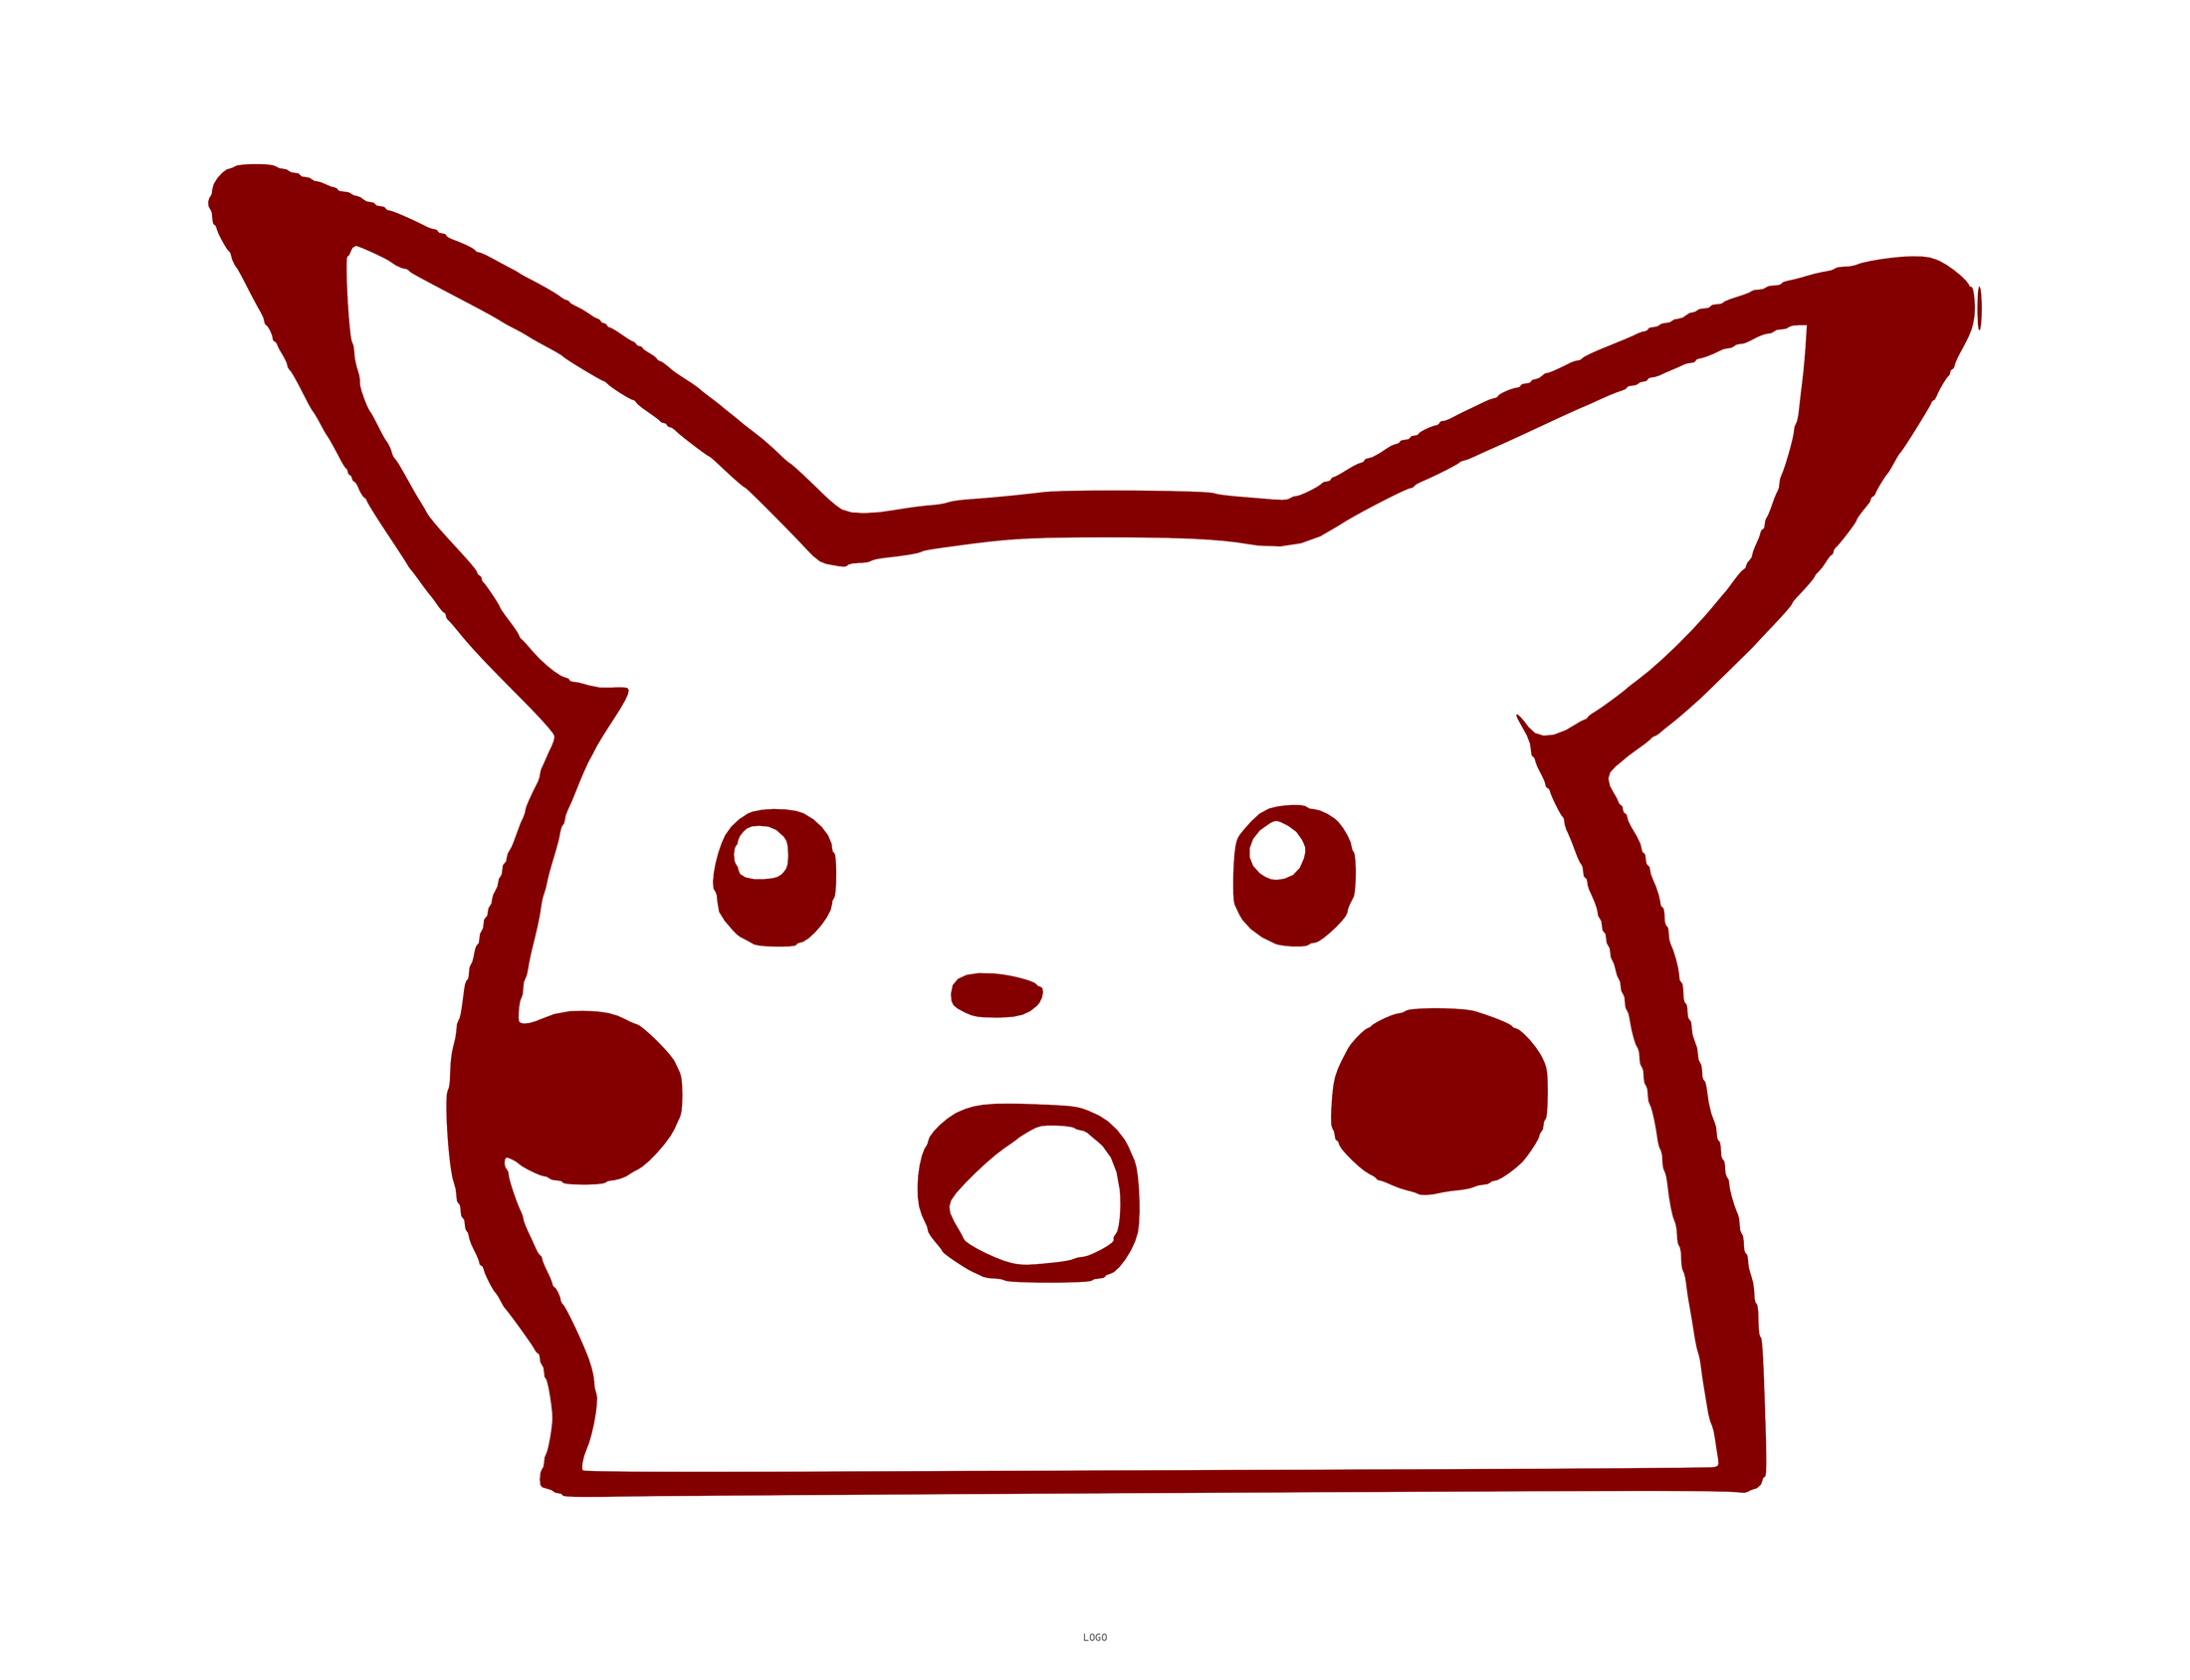
<source format=kicad_sym>
(kicad_symbol_lib
  (version 20220914)
  (generator "bitmap2component")
  (generator_version "8.0")
  (symbol "LOGO"
    (pin_names
      (offset 1.016))
    (property "Reference" "#G"
      (at 0 93.399 0)
      (effects (font (size 1.27 1.27)) hide))
    (symbol "LOGO_0_0"
      (polyline (pts (xy -61.566 -86.377) (xy -58.974 -86.337) (xy -58.655 -86.332) (xy -57.501 -86.317) (xy -55.849 -86.3) (xy -53.729 -86.281) (xy -51.17 -86.26) (xy -48.202 -86.237) (xy -44.854 -86.213) (xy -41.158 -86.188) (xy -37.142 -86.161) (xy -32.837 -86.133) (xy -28.272 -86.105) (xy -23.477 -86.076) (xy -18.482 -86.046) (xy -13.317 -86.017) (xy -8.011 -85.987) (xy -2.595 -85.957) (xy 2.901 -85.927) (xy 8.448 -85.897) (xy 14.017 -85.868) (xy 19.576 -85.839) (xy 25.097 -85.812) (xy 30.549 -85.785) (xy 35.902 -85.759) (xy 41.128 -85.735) (xy 46.195 -85.712) (xy 51.074 -85.691) (xy 55.736 -85.672) (xy 60.149 -85.655) (xy 64.286 -85.639) (xy 68.115 -85.626) (xy 71.606 -85.616) (xy 73.798 -85.613) (xy 76.29 -85.617) (xy 78.602 -85.63) (xy 80.672 -85.649) (xy 82.441 -85.675) (xy 83.849 -85.707) (xy 84.836 -85.744) (xy 85.343 -85.785) (xy 86.29 -85.86) (xy 86.816 -85.688) (xy 86.972 -85.564) (xy 87.487 -85.387) (xy 87.918 -85.25) (xy 88.415 -84.778) (xy 88.63 -84.191) (xy 88.665 -83.986) (xy 88.916 -83.766) (xy 88.986 -83.683) (xy 89.066 -83.175) (xy 89.103 -82.188) (xy 89.097 -80.703) (xy 89.049 -78.7) (xy 89.004 -77.2) (xy 88.913 -74.357) (xy 88.832 -71.997) (xy 88.758 -70.079) (xy 88.689 -68.565) (xy 88.623 -67.414) (xy 88.558 -66.588) (xy 88.491 -66.047) (xy 88.421 -65.751) (xy 88.346 -65.662) (xy 88.309 -65.64) (xy 88.197 -65.26) (xy 88.119 -64.504) (xy 88.089 -63.5) (xy 88.088 -63.307) (xy 88.047 -62.281) (xy 87.953 -61.591) (xy 87.819 -61.338) (xy 87.726 -61.256) (xy 87.599 -60.78) (xy 87.549 -60.02) (xy 87.537 -59.678) (xy 87.395 -58.621) (xy 87.144 -57.732) (xy 87.12 -57.675) (xy 86.85 -56.73) (xy 86.738 -55.808) (xy 86.736 -55.676) (xy 86.646 -55.091) (xy 86.468 -54.853) (xy 86.389 -54.801) (xy 86.252 -54.373) (xy 86.198 -53.653) (xy 86.188 -53.321) (xy 86.092 -52.636) (xy 85.928 -52.286) (xy 85.903 -52.267) (xy 85.729 -51.86) (xy 85.657 -51.186) (xy 85.657 -51.157) (xy 85.587 -50.375) (xy 85.425 -49.783) (xy 85.281 -49.463) (xy 84.944 -48.539) (xy 84.629 -47.489) (xy 84.397 -46.522) (xy 84.306 -45.848) (xy 84.242 -45.361) (xy 84.036 -44.99) (xy 83.985 -44.939) (xy 83.829 -44.478) (xy 83.766 -43.758) (xy 83.76 -43.53) (xy 83.666 -42.933) (xy 83.496 -42.694) (xy 83.415 -42.638) (xy 83.279 -42.203) (xy 83.225 -41.478) (xy 83.213 -41.114) (xy 83.116 -40.503) (xy 82.955 -40.262) (xy 82.916 -40.252) (xy 82.752 -39.93) (xy 82.685 -39.298) (xy 82.685 -39.265) (xy 82.588 -38.427) (xy 82.368 -37.745) (xy 82.318 -37.648) (xy 81.956 -36.646) (xy 81.643 -35.281) (xy 81.417 -33.709) (xy 81.358 -33.284) (xy 81.206 -32.668) (xy 81.038 -32.425) (xy 80.986 -32.401) (xy 80.849 -32.032) (xy 80.794 -31.361) (xy 80.789 -31.155) (xy 80.696 -30.483) (xy 80.523 -30.129) (xy 80.507 -30.117) (xy 80.327 -29.725) (xy 80.253 -29.063) (xy 80.144 -28.242) (xy 79.85 -27.39) (xy 79.832 -27.355) (xy 79.558 -26.519) (xy 79.444 -25.603) (xy 79.439 -25.42) (xy 79.346 -24.828) (xy 79.172 -24.589) (xy 79.112 -24.562) (xy 78.962 -24.185) (xy 78.902 -23.509) (xy 78.895 -23.266) (xy 78.801 -22.667) (xy 78.632 -22.428) (xy 78.534 -22.337) (xy 78.41 -21.847) (xy 78.362 -21.077) (xy 78.343 -20.59) (xy 78.246 -19.968) (xy 78.091 -19.726) (xy 78.084 -19.725) (xy 77.898 -19.474) (xy 77.821 -18.898) (xy 77.81 -18.676) (xy 77.662 -17.765) (xy 77.39 -16.662) (xy 77.056 -15.596) (xy 76.721 -14.798) (xy 76.71 -14.775) (xy 76.54 -14.166) (xy 76.47 -13.379) (xy 76.468 -13.252) (xy 76.378 -12.667) (xy 76.2 -12.43) (xy 76.119 -12.374) (xy 75.983 -11.939) (xy 75.93 -11.214) (xy 75.917 -10.85) (xy 75.821 -10.239) (xy 75.659 -9.998) (xy 75.522 -9.934) (xy 75.389 -9.544) (xy 75.359 -9.226) (xy 75.156 -8.357) (xy 74.819 -7.339) (xy 74.416 -6.396) (xy 74.156 -5.725) (xy 74.038 -5.112) (xy 73.991 -4.819) (xy 73.768 -4.594) (xy 73.765 -4.593) (xy 73.576 -4.352) (xy 73.498 -3.783) (xy 73.498 -3.773) (xy 73.417 -3.207) (xy 73.228 -2.972) (xy 73.079 -2.889) (xy 72.957 -2.473) (xy 72.957 -2.461) (xy 72.812 -1.826) (xy 72.372 -0.889) (xy 71.611 0.405) (xy 71.579 0.457) (xy 71.237 1.143) (xy 71.086 1.689) (xy 71.034 1.938) (xy 70.796 2.162) (xy 70.639 2.263) (xy 70.525 2.702) (xy 70.475 3.016) (xy 70.255 3.243) (xy 70.187 3.251) (xy 69.985 3.518) (xy 69.954 3.649) (xy 69.713 4.17) (xy 69.309 4.864) (xy 68.864 5.69) (xy 68.643 6.656) (xy 68.895 7.485) (xy 69.627 8.261) (xy 69.918 8.494) (xy 70.533 8.999) (xy 70.911 9.327) (xy 71.24 9.594) (xy 71.884 10.075) (xy 72.687 10.652) (xy 73.438 11.205) (xy 74.011 11.669) (xy 74.263 11.931) (xy 74.283 11.971) (xy 74.621 12.16) (xy 74.8 12.205) (xy 75.236 12.497) (xy 75.388 12.636) (xy 75.938 13.095) (xy 76.632 13.646) (xy 77.079 14) (xy 78.006 14.769) (xy 78.894 15.537) (xy 79.443 16.025) (xy 80.056 16.57) (xy 80.417 16.888) (xy 80.446 16.914) (xy 80.801 17.25) (xy 81.432 17.858) (xy 82.264 18.667) (xy 83.224 19.604) (xy 84.239 20.596) (xy 85.234 21.573) (xy 86.137 22.461) (xy 86.873 23.188) (xy 87.368 23.683) (xy 87.55 23.874) (xy 87.557 23.884) (xy 87.797 24.15) (xy 88.327 24.719) (xy 89.079 25.517) (xy 89.982 26.47) (xy 90.15 26.647) (xy 91.035 27.599) (xy 91.754 28.404) (xy 92.236 28.982) (xy 92.413 29.252) (xy 92.413 29.26) (xy 92.598 29.604) (xy 93.021 30.099) (xy 93.26 30.346) (xy 94.062 31.205) (xy 94.74 31.977) (xy 95.21 32.561) (xy 95.385 32.859) (xy 95.498 33.073) (xy 95.877 33.475) (xy 95.915 33.51) (xy 96.4 34.074) (xy 96.881 34.79) (xy 96.969 34.935) (xy 97.345 35.457) (xy 97.605 35.668) (xy 97.696 35.706) (xy 97.817 36.051) (xy 97.835 36.213) (xy 98.026 36.524) (xy 98.138 36.611) (xy 98.531 37.039) (xy 99.077 37.702) (xy 99.676 38.47) (xy 100.228 39.212) (xy 100.632 39.801) (xy 100.789 40.104) (xy 100.834 40.25) (xy 101.084 40.648) (xy 101.596 41.325) (xy 102.415 42.344) (xy 102.525 42.506) (xy 102.681 42.952) (xy 102.691 43.027) (xy 102.951 43.234) (xy 103.019 43.243) (xy 103.221 43.51) (xy 103.354 43.847) (xy 103.686 44.461) (xy 104.115 45.174) (xy 104.534 45.814) (xy 104.84 46.206) (xy 105.01 46.439) (xy 105.315 46.95) (xy 105.574 47.415) (xy 105.991 48.165) (xy 106.247 48.59) (xy 106.488 48.908) (xy 106.627 49.077) (xy 107.011 49.633) (xy 107.553 50.464) (xy 108.19 51.467) (xy 108.855 52.536) (xy 109.485 53.568) (xy 110.015 54.459) (xy 110.381 55.105) (xy 110.517 55.401) (xy 110.523 55.458) (xy 110.756 55.664) (xy 110.906 55.737) (xy 111.144 56.137) (xy 111.312 56.548) (xy 111.672 57.25) (xy 112.099 57.985) (xy 112.491 58.579) (xy 112.746 58.861) (xy 112.828 58.93) (xy 112.949 59.334) (xy 112.976 59.5) (xy 113.219 59.717) (xy 113.34 59.759) (xy 113.489 60.113) (xy 113.544 60.361) (xy 113.805 61.007) (xy 114.208 61.802) (xy 114.758 62.81) (xy 115.31 63.907) (xy 115.672 64.795) (xy 115.9 65.616) (xy 116.05 66.514) (xy 116.096 66.998) (xy 116.11 67.941) (xy 116.054 68.885) (xy 115.943 69.695) (xy 115.792 70.235) (xy 115.617 70.369) (xy 115.542 70.337) (xy 115.381 70.5) (xy 115.332 70.662) (xy 114.946 71.171) (xy 114.272 71.821) (xy 113.426 72.514) (xy 112.524 73.15) (xy 111.682 73.633) (xy 111.165 73.865) (xy 110.314 74.138) (xy 109.354 74.273) (xy 108.07 74.308) (xy 107.986 74.308) (xy 106.751 74.252) (xy 105.334 74.115) (xy 103.878 73.919) (xy 102.528 73.686) (xy 101.429 73.437) (xy 100.725 73.195) (xy 100.646 73.16) (xy 100.004 73.016) (xy 99.188 72.957) (xy 98.976 72.953) (xy 98.312 72.87) (xy 97.97 72.716) (xy 97.933 72.676) (xy 97.502 72.488) (xy 96.805 72.346) (xy 96.352 72.271) (xy 95.342 72.044) (xy 94.304 71.756) (xy 93.703 71.578) (xy 92.705 71.315) (xy 91.94 71.15) (xy 91.871 71.138) (xy 91.297 70.968) (xy 91.062 70.766) (xy 91.055 70.738) (xy 90.751 70.587) (xy 90.132 70.525) (xy 90.049 70.525) (xy 89.394 70.438) (xy 89.035 70.255) (xy 88.707 70.07) (xy 88.089 69.985) (xy 87.518 69.928) (xy 87.183 69.779) (xy 87.182 69.778) (xy 86.87 69.6) (xy 86.186 69.334) (xy 85.276 69.036) (xy 85.24 69.025) (xy 84.36 68.731) (xy 83.734 68.469) (xy 83.496 68.296) (xy 83.496 68.294) (xy 83.254 68.152) (xy 82.685 68.094) (xy 82.675 68.094) (xy 82.109 68.013) (xy 81.874 67.823) (xy 81.642 67.633) (xy 81.08 67.553) (xy 80.483 67.478) (xy 80.118 67.283) (xy 79.963 67.145) (xy 79.46 67.013) (xy 79.156 66.954) (xy 78.632 66.608) (xy 78.311 66.368) (xy 77.669 66.202) (xy 77.25 66.145) (xy 76.876 65.932) (xy 76.631 65.764) (xy 76.065 65.662) (xy 75.628 65.603) (xy 75.254 65.391) (xy 75 65.221) (xy 74.428 65.121) (xy 73.999 65.056) (xy 73.768 64.851) (xy 73.721 64.726) (xy 73.359 64.581) (xy 73.084 64.545) (xy 72.481 64.324) (xy 72.362 64.262) (xy 71.723 63.962) (xy 70.931 63.621) (xy 70.732 63.538) (xy 69.867 63.182) (xy 69.174 62.896) (xy 68.635 62.675) (xy 67.823 62.345) (xy 67.228 62.099) (xy 66.198 61.633) (xy 65.478 61.25) (xy 65.166 61.001) (xy 65.096 60.918) (xy 64.69 60.798) (xy 64.431 60.766) (xy 63.834 60.562) (xy 62.796 60.046) (xy 61.736 59.546) (xy 61.047 59.265) (xy 60.67 59.177) (xy 60.434 59.114) (xy 59.987 58.771) (xy 59.74 58.562) (xy 59.144 58.366) (xy 58.861 58.32) (xy 58.636 58.096) (xy 58.468 57.918) (xy 57.961 57.825) (xy 57.516 57.758) (xy 57.285 57.555) (xy 57.223 57.418) (xy 56.835 57.285) (xy 56.48 57.231) (xy 55.808 57.013) (xy 55.1 56.706) (xy 54.54 56.391) (xy 54.313 56.152) (xy 54.276 56.059) (xy 53.933 55.934) (xy 53.821 55.921) (xy 53.248 55.741) (xy 52.514 55.419) (xy 52.388 55.356) (xy 51.426 54.89) (xy 50.53 54.466) (xy 50.408 54.409) (xy 49.687 54.064) (xy 49.179 53.807) (xy 48.965 53.691) (xy 48.103 53.249) (xy 47.544 53.024) (xy 47.156 52.962) (xy 46.966 52.931) (xy 46.747 52.691) (xy 46.729 52.603) (xy 46.432 52.421) (xy 46.124 52.366) (xy 45.496 52.143) (xy 44.815 51.829) (xy 44.269 51.515) (xy 44.045 51.288) (xy 43.944 51.162) (xy 43.504 51.07) (xy 43.19 51.02) (xy 42.964 50.8) (xy 42.796 50.622) (xy 42.288 50.53) (xy 41.844 50.463) (xy 41.613 50.26) (xy 41.557 50.128) (xy 41.182 49.989) (xy 41.109 49.983) (xy 40.564 49.78) (xy 39.902 49.381) (xy 39.063 48.818) (xy 38.076 48.284) (xy 37.394 48.098) (xy 37.236 48.072) (xy 37.019 47.828) (xy 36.975 47.705) (xy 36.619 47.557) (xy 36.254 47.445) (xy 35.567 47.103) (xy 34.74 46.612) (xy 33.999 46.16) (xy 33.339 45.803) (xy 32.979 45.666) (xy 32.903 45.656) (xy 32.696 45.396) (xy 32.605 45.243) (xy 32.178 45.126) (xy 31.879 45.092) (xy 31.57 44.923) (xy 31.471 44.807) (xy 30.977 44.466) (xy 30.233 44.054) (xy 29.407 43.655) (xy 28.669 43.353) (xy 28.187 43.234) (xy 27.882 43.193) (xy 27.375 42.94) (xy 27.184 42.84) (xy 26.47 42.752) (xy 25.362 42.796) (xy 24.877 42.837) (xy 23.646 42.942) (xy 22.211 43.061) (xy 20.792 43.176) (xy 19.894 43.258) (xy 18.811 43.38) (xy 18.01 43.502) (xy 17.621 43.604) (xy 17.601 43.614) (xy 17.151 43.69) (xy 16.241 43.758) (xy 14.943 43.817) (xy 13.328 43.867) (xy 11.469 43.908) (xy 9.436 43.939) (xy 7.302 43.959) (xy 5.138 43.969) (xy 3.016 43.966) (xy 1.007 43.952) (xy -0.816 43.925) (xy -2.383 43.885) (xy -3.621 43.831) (xy -4.458 43.764) (xy -5.411 43.65) (xy -8.459 43.319) (xy -11.52 43.032) (xy -14.321 42.813) (xy -14.416 42.806) (xy -15.475 42.702) (xy -16.36 42.566) (xy -16.888 42.425) (xy -17.334 42.296) (xy -18.181 42.155) (xy -19.185 42.054) (xy -19.594 42.02) (xy -20.823 41.882) (xy -22.25 41.685) (xy -23.644 41.461) (xy -25.691 41.162) (xy -27.771 41.028) (xy -29.406 41.141) (xy -30.578 41.5) (xy -30.709 41.574) (xy -31.395 42.065) (xy -32.258 42.788) (xy -33.141 43.613) (xy -33.731 44.195) (xy -34.799 45.226) (xy -35.775 46.145) (xy -36.586 46.885) (xy -37.16 47.378) (xy -37.424 47.557) (xy -37.554 47.64) (xy -37.985 48.008) (xy -38.587 48.571) (xy -39.556 49.487) (xy -40.906 50.669) (xy -42.288 51.751) (xy -42.649 52.023) (xy -43.281 52.513) (xy -43.659 52.827) (xy -43.795 52.946) (xy -44.309 53.372) (xy -44.98 53.907) (xy -45.305 54.164) (xy -45.929 54.667) (xy -46.312 54.988) (xy -46.463 55.116) (xy -46.998 55.536) (xy -47.693 56.059) (xy -48.048 56.327) (xy -48.692 56.829) (xy -49.087 57.164) (xy -49.386 57.401) (xy -50.032 57.853) (xy -50.843 58.384) (xy -51.532 58.83) (xy -52.213 59.292) (xy -52.594 59.576) (xy -53.047 59.972) (xy -53.85 60.591) (xy -54.316 60.798) (xy -54.377 60.804) (xy -54.583 61.026) (xy -54.603 61.083) (xy -54.929 61.388) (xy -55.529 61.763) (xy -55.723 61.872) (xy -56.259 62.233) (xy -56.474 62.481) (xy -56.52 62.576) (xy -56.88 62.689) (xy -57.066 62.72) (xy -57.285 62.96) (xy -57.293 63.024) (xy -57.555 63.23) (xy -57.808 63.327) (xy -58.395 63.67) (xy -59.141 64.175) (xy -59.748 64.59) (xy -60.393 64.973) (xy -60.763 65.121) (xy -60.858 65.135) (xy -61.068 65.391) (xy -61.114 65.516) (xy -61.473 65.662) (xy -61.66 65.692) (xy -61.879 65.932) (xy -61.89 66.007) (xy -62.167 66.202) (xy -62.234 66.213) (xy -62.696 66.43) (xy -63.315 66.839) (xy -63.371 66.88) (xy -64.217 67.42) (xy -65.054 67.851) (xy -65.162 67.899) (xy -65.709 68.199) (xy -65.932 68.43) (xy -65.95 68.497) (xy -66.248 68.634) (xy -66.504 68.703) (xy -66.992 69.02) (xy -67.153 69.149) (xy -67.829 69.593) (xy -68.827 70.181) (xy -70.034 70.85) (xy -71.336 71.531) (xy -71.513 71.622) (xy -72.109 71.948) (xy -72.417 72.147) (xy -72.427 72.157) (xy -72.771 72.373) (xy -73.363 72.688) (xy -73.898 72.965) (xy -74.793 73.444) (xy -75.753 73.971) (xy -76.57 74.398) (xy -77.293 74.724) (xy -77.712 74.849) (xy -77.874 74.869) (xy -78.091 75.055) (xy -78.103 75.09) (xy -78.433 75.344) (xy -79.127 75.707) (xy -80.066 76.121) (xy -81.131 76.53) (xy -81.649 76.782) (xy -81.874 77.037) (xy -81.976 77.179) (xy -82.415 77.281) (xy -82.729 77.332) (xy -82.955 77.551) (xy -83.002 77.677) (xy -83.364 77.821) (xy -83.635 77.855) (xy -84.243 78.068) (xy -84.758 78.333) (xy -85.886 78.881) (xy -87.023 79.401) (xy -88.046 79.839) (xy -88.832 80.141) (xy -89.258 80.253) (xy -89.489 80.291) (xy -89.711 80.523) (xy -89.878 80.701) (xy -90.386 80.794) (xy -90.831 80.861) (xy -91.062 81.064) (xy -91.212 81.237) (xy -91.704 81.334) (xy -92.159 81.416) (xy -92.683 81.739) (xy -92.928 81.949) (xy -93.511 82.145) (xy -93.786 82.183) (xy -94.169 82.415) (xy -94.507 82.602) (xy -95.131 82.685) (xy -95.691 82.764) (xy -95.926 82.955) (xy -95.961 83.069) (xy -96.3 83.225) (xy -96.792 83.344) (xy -97.448 83.629) (xy -98.122 83.912) (xy -98.679 84.034) (xy -98.917 84.068) (xy -99.303 84.306) (xy -99.558 84.477) (xy -100.13 84.577) (xy -100.559 84.642) (xy -100.789 84.847) (xy -100.949 85.022) (xy -101.449 85.117) (xy -101.903 85.178) (xy -102.276 85.387) (xy -102.498 85.549) (xy -103.048 85.657) (xy -103.457 85.716) (xy -103.967 85.971) (xy -104.253 86.09) (xy -104.977 86.194) (xy -105.957 86.245) (xy -107.035 86.243) (xy -108.051 86.191) (xy -108.847 86.088) (xy -109.265 85.937) (xy -109.393 85.835) (xy -109.923 85.657) (xy -110.262 85.563) (xy -110.88 85.108) (xy -111.489 84.42) (xy -111.954 83.663) (xy -112.138 82.998) (xy -112.216 82.374) (xy -112.409 82.01) (xy -112.515 81.9) (xy -112.663 81.388) (xy -112.627 80.784) (xy -112.409 80.388) (xy -112.385 80.37) (xy -112.21 79.965) (xy -112.138 79.291) (xy -112.136 79.181) (xy -112.048 78.599) (xy -111.868 78.362) (xy -111.755 78.328) (xy -111.598 77.99) (xy -111.577 77.863) (xy -111.367 77.308) (xy -111.003 76.563) (xy -110.58 75.798) (xy -110.189 75.184) (xy -109.923 74.894) (xy -109.835 74.823) (xy -109.706 74.417) (xy -109.705 74.382) (xy -109.549 73.836) (xy -109.232 73.172) (xy -108.893 72.687) (xy -108.821 72.58) (xy -108.676 72.32) (xy -94.755 72.32) (xy -94.753 73.361) (xy -94.713 74.055) (xy -94.628 74.308) (xy -94.41 74.478) (xy -94.193 74.984) (xy -93.983 75.421) (xy -93.556 75.663) (xy -93.365 75.621) (xy -92.747 75.393) (xy -91.884 75.023) (xy -90.921 74.581) (xy -90.005 74.134) (xy -89.283 73.75) (xy -88.9 73.498) (xy -88.871 73.47) (xy -88.353 73.127) (xy -87.688 72.82) (xy -87.17 72.687) (xy -87.004 72.669) (xy -86.693 72.485) (xy -86.653 72.416) (xy -86.558 72.323) (xy -86.363 72.188) (xy -86.021 71.982) (xy -85.484 71.682) (xy -84.706 71.26) (xy -83.639 70.69) (xy -82.236 69.947) (xy -80.448 69.005) (xy -78.23 67.838) (xy -77.311 67.349) (xy -76.229 66.759) (xy -75.366 66.272) (xy -74.852 65.961) (xy -74.707 65.867) (xy -73.944 65.421) (xy -73.093 64.976) (xy -72.885 64.873) (xy -72.013 64.405) (xy -71.304 63.981) (xy -71.267 63.956) (xy -70.644 63.582) (xy -69.74 63.072) (xy -68.737 62.53) (xy -68.542 62.425) (xy -67.673 61.945) (xy -67.031 61.56) (xy -66.743 61.347) (xy -66.535 61.175) (xy -65.954 60.782) (xy -65.124 60.256) (xy -64.162 59.667) (xy -63.186 59.086) (xy -62.312 58.583) (xy -61.66 58.229) (xy -61.345 58.096) (xy -61.313 58.094) (xy -61.023 57.861) (xy -61.022 57.858) (xy -60.745 57.586) (xy -60.149 57.149) (xy -59.382 56.642) (xy -58.597 56.162) (xy -57.942 55.804) (xy -57.568 55.664) (xy -57.493 55.655) (xy -57.285 55.426) (xy -57.285 55.422) (xy -57.063 55.155) (xy -56.506 54.696) (xy -55.731 54.143) (xy -55.71 54.129) (xy -54.925 53.58) (xy -54.342 53.137) (xy -54.088 52.894) (xy -54.019 52.813) (xy -53.615 52.691) (xy -53.449 52.665) (xy -53.232 52.421) (xy -53.191 52.301) (xy -52.84 52.151) (xy -52.661 52.121) (xy -52.232 51.805) (xy -52.169 51.731) (xy -51.76 51.363) (xy -51.087 50.812) (xy -50.264 50.165) (xy -49.406 49.51) (xy -48.625 48.934) (xy -48.036 48.524) (xy -47.752 48.368) (xy -47.561 48.237) (xy -47.08 47.822) (xy -46.432 47.22) (xy -45.981 46.793) (xy -44.897 45.788) (xy -44.016 45.005) (xy -43.399 44.496) (xy -43.105 44.315) (xy -43.006 44.245) (xy -42.58 43.857) (xy -41.885 43.187) (xy -40.985 42.301) (xy -39.948 41.265) (xy -38.837 40.145) (xy -37.72 39.007) (xy -36.662 37.917) (xy -35.728 36.941) (xy -34.984 36.147) (xy -34.359 35.507) (xy -33.471 34.801) (xy -32.688 34.479) (xy -32.005 34.345) (xy -31.009 34.17) (xy -30.39 34.108) (xy -30.045 34.15) (xy -29.875 34.291) (xy -29.754 34.383) (xy -29.204 34.529) (xy -28.41 34.587) (xy -28.011 34.599) (xy -27.278 34.687) (xy -26.873 34.833) (xy -26.707 34.924) (xy -26.097 35.094) (xy -25.265 35.226) (xy -23.365 35.451) (xy -21.864 35.666) (xy -20.843 35.86) (xy -20.332 36.029) (xy -20.204 36.092) (xy -19.915 36.181) (xy -19.432 36.281) (xy -18.686 36.405) (xy -17.608 36.562) (xy -16.131 36.766) (xy -14.186 37.025) (xy -13.402 37.127) (xy -11.572 37.346) (xy -9.832 37.522) (xy -8.09 37.659) (xy -6.257 37.761) (xy -4.243 37.832) (xy -1.958 37.877) (xy 0.687 37.901) (xy 3.783 37.908) (xy 5.14 37.906) (xy 8.677 37.882) (xy 11.749 37.828) (xy 14.416 37.742) (xy 16.734 37.619) (xy 18.758 37.458) (xy 20.547 37.256) (xy 22.157 37.01) (xy 23.362 36.835) (xy 26.188 36.741) (xy 28.832 37.14) (xy 31.345 38.042) (xy 33.777 39.458) (xy 33.86 39.516) (xy 34.634 40) (xy 35.692 40.611) (xy 36.94 41.3) (xy 38.282 42.017) (xy 39.626 42.713) (xy 40.876 43.34) (xy 41.939 43.849) (xy 42.72 44.19) (xy 43.124 44.315) (xy 43.286 44.334) (xy 43.504 44.519) (xy 43.511 44.546) (xy 43.798 44.793) (xy 44.382 45.085) (xy 44.568 45.163) (xy 45.515 45.584) (xy 46.564 46.081) (xy 47.596 46.593) (xy 48.492 47.062) (xy 49.135 47.425) (xy 49.404 47.625) (xy 49.45 47.69) (xy 49.826 47.828) (xy 49.938 47.843) (xy 50.491 48.02) (xy 51.222 48.333) (xy 51.343 48.39) (xy 52.368 48.863) (xy 53.367 49.31) (xy 53.75 49.479) (xy 55.369 50.203) (xy 57.281 51.078) (xy 59.582 52.148) (xy 59.88 52.286) (xy 61.971 53.259) (xy 63.619 54.015) (xy 64.809 54.55) (xy 65.527 54.856) (xy 65.531 54.857) (xy 66.047 55.079) (xy 66.874 55.449) (xy 67.833 55.888) (xy 68.812 56.32) (xy 69.717 56.683) (xy 70.333 56.889) (xy 70.836 57.082) (xy 71.066 57.314) (xy 71.225 57.471) (xy 71.725 57.555) (xy 72.18 57.616) (xy 72.552 57.825) (xy 72.726 57.972) (xy 73.244 58.096) (xy 73.542 58.144) (xy 73.768 58.366) (xy 73.871 58.524) (xy 74.312 58.636) (xy 74.645 58.67) (xy 75.325 58.893) (xy 75.443 58.955) (xy 76.083 59.253) (xy 76.876 59.592) (xy 77.106 59.687) (xy 77.881 60.023) (xy 78.426 60.28) (xy 78.731 60.403) (xy 79.439 60.528) (xy 79.757 60.579) (xy 79.983 60.798) (xy 80.039 60.93) (xy 80.415 61.068) (xy 80.661 61.103) (xy 81.393 61.329) (xy 82.328 61.708) (xy 83.289 62.172) (xy 83.582 62.291) (xy 84.287 62.419) (xy 84.601 62.463) (xy 84.982 62.689) (xy 85.158 62.836) (xy 85.677 62.96) (xy 85.75 62.96) (xy 86.089 62.994) (xy 86.482 63.12) (xy 87.071 63.393) (xy 87.996 63.867) (xy 88.041 63.89) (xy 88.784 64.188) (xy 89.399 64.311) (xy 89.737 64.358) (xy 90.116 64.581) (xy 90.444 64.766) (xy 91.062 64.851) (xy 91.641 64.925) (xy 92.007 65.121) (xy 92.067 65.178) (xy 92.541 65.33) (xy 93.271 65.391) (xy 94.367 65.391) (xy 94.199 62.757) (xy 94.173 62.368) (xy 94.051 60.834) (xy 93.903 59.27) (xy 93.755 57.961) (xy 93.749 57.916) (xy 93.591 56.634) (xy 93.44 55.342) (xy 93.328 54.313) (xy 93.248 53.71) (xy 93.092 52.966) (xy 92.929 52.57) (xy 92.775 52.259) (xy 92.683 51.64) (xy 92.666 51.445) (xy 92.522 50.712) (xy 92.268 49.693) (xy 91.948 48.544) (xy 91.607 47.42) (xy 91.288 46.478) (xy 91.038 45.872) (xy 90.898 45.495) (xy 90.791 44.778) (xy 90.748 44.352) (xy 90.576 43.896) (xy 90.441 43.654) (xy 90.169 43.006) (xy 89.862 42.153) (xy 89.635 41.513) (xy 89.341 40.793) (xy 89.132 40.41) (xy 88.994 40.134) (xy 88.9 39.532) (xy 88.839 39.14) (xy 88.63 38.911) (xy 88.523 38.882) (xy 88.359 38.556) (xy 88.339 38.415) (xy 88.147 37.834) (xy 87.819 37.083) (xy 87.672 36.764) (xy 87.391 36.044) (xy 87.279 35.579) (xy 87.217 35.325) (xy 86.873 34.858) (xy 86.659 34.622) (xy 86.468 34.149) (xy 86.445 33.993) (xy 86.221 33.777) (xy 85.973 33.599) (xy 85.51 33.087) (xy 84.946 32.358) (xy 84.435 31.661) (xy 83.995 31.078) (xy 83.77 30.804) (xy 83.726 30.759) (xy 83.401 30.383) (xy 82.855 29.732) (xy 82.177 28.913) (xy 81.2 27.766) (xy 79.476 25.885) (xy 77.605 23.985) (xy 75.705 22.18) (xy 73.891 20.582) (xy 72.282 19.306) (xy 71.91 19.03) (xy 71.347 18.599) (xy 71.066 18.366) (xy 71.046 18.344) (xy 70.631 17.99) (xy 69.92 17.439) (xy 69.048 16.79) (xy 68.149 16.142) (xy 67.358 15.594) (xy 66.81 15.245) (xy 66.668 15.162) (xy 66.144 14.792) (xy 65.932 14.533) (xy 65.923 14.481) (xy 65.656 14.321) (xy 65.535 14.293) (xy 65.026 14.05) (xy 64.347 13.638) (xy 63.131 12.926) (xy 61.599 12.338) (xy 60.266 12.212) (xy 59.155 12.549) (xy 58.294 13.351) (xy 57.797 14.02) (xy 57.225 14.682) (xy 56.856 14.978) (xy 56.73 14.898) (xy 56.886 14.432) (xy 57.362 13.573) (xy 58.089 12.268) (xy 58.507 11.188) (xy 58.636 10.255) (xy 58.715 9.692) (xy 58.906 9.457) (xy 59.035 9.406) (xy 59.177 9.037) (xy 59.217 8.821) (xy 59.461 8.185) (xy 59.852 7.406) (xy 60.083 6.968) (xy 60.402 6.253) (xy 60.528 5.8) (xy 60.556 5.622) (xy 60.798 5.404) (xy 60.873 5.393) (xy 61.068 5.117) (xy 61.15 4.803) (xy 61.414 4.151) (xy 61.787 3.35) (xy 62.188 2.56) (xy 62.538 1.945) (xy 62.757 1.666) (xy 62.869 1.53) (xy 62.959 1.055) (xy 62.989 0.747) (xy 63.198 0.064) (xy 63.395 -0.343) (xy 63.877 -1.483) (xy 64.465 -3.049) (xy 64.642 -3.51) (xy 64.944 -4.165) (xy 65.161 -4.483) (xy 65.321 -4.805) (xy 65.391 -5.42) (xy 65.471 -5.98) (xy 65.662 -6.215) (xy 65.819 -6.318) (xy 65.932 -6.759) (xy 65.963 -7.091) (xy 66.169 -7.772) (xy 66.341 -8.12) (xy 66.826 -9.225) (xy 67.159 -10.171) (xy 67.283 -10.802) (xy 67.325 -11.102) (xy 67.553 -11.484) (xy 67.74 -11.822) (xy 67.823 -12.446) (xy 67.902 -13.006) (xy 68.094 -13.24) (xy 68.284 -13.473) (xy 68.364 -14.035) (xy 68.439 -14.632) (xy 68.634 -14.997) (xy 68.815 -15.301) (xy 68.904 -15.905) (xy 68.968 -16.459) (xy 69.159 -16.902) (xy 69.183 -16.928) (xy 69.4 -17.397) (xy 69.58 -18.104) (xy 69.595 -18.189) (xy 69.784 -18.883) (xy 70 -19.307) (xy 70.169 -19.663) (xy 70.255 -20.304) (xy 70.325 -20.844) (xy 70.525 -21.212) (xy 70.546 -21.227) (xy 70.723 -21.625) (xy 70.796 -22.293) (xy 70.796 -22.364) (xy 70.873 -23.009) (xy 71.037 -23.356) (xy 71.078 -23.392) (xy 71.268 -23.823) (xy 71.415 -24.52) (xy 71.456 -24.8) (xy 71.664 -25.906) (xy 71.926 -26.951) (xy 72.196 -27.776) (xy 72.433 -28.224) (xy 72.467 -28.268) (xy 72.624 -28.761) (xy 72.687 -29.491) (xy 72.69 -29.647) (xy 72.781 -30.313) (xy 72.957 -30.669) (xy 73.006 -30.716) (xy 73.164 -31.171) (xy 73.228 -31.885) (xy 73.232 -32.076) (xy 73.324 -32.746) (xy 73.498 -33.101) (xy 73.539 -33.138) (xy 73.702 -33.578) (xy 73.768 -34.279) (xy 73.77 -34.42) (xy 73.85 -35.125) (xy 74.008 -35.547) (xy 74.145 -35.825) (xy 74.364 -36.563) (xy 74.603 -37.61) (xy 74.835 -38.84) (xy 75.031 -40.127) (xy 75.062 -40.336) (xy 75.228 -41.048) (xy 75.417 -41.464) (xy 75.467 -41.54) (xy 75.604 -42.068) (xy 75.659 -42.829) (xy 75.665 -43.061) (xy 75.749 -43.778) (xy 75.905 -44.193) (xy 75.996 -44.359) (xy 76.163 -44.968) (xy 76.29 -45.801) (xy 76.314 -46.016) (xy 76.516 -47.581) (xy 76.756 -48.972) (xy 77.01 -50.068) (xy 77.253 -50.748) (xy 77.322 -50.91) (xy 77.486 -51.642) (xy 77.551 -52.523) (xy 77.562 -52.871) (xy 77.658 -53.558) (xy 77.821 -53.907) (xy 77.922 -54.072) (xy 78.044 -54.66) (xy 78.091 -55.491) (xy 78.108 -56.023) (xy 78.197 -56.764) (xy 78.337 -57.163) (xy 78.428 -57.329) (xy 78.597 -57.939) (xy 78.728 -58.771) (xy 78.783 -59.238) (xy 78.956 -60.451) (xy 79.152 -61.608) (xy 79.324 -62.575) (xy 79.539 -63.864) (xy 79.736 -65.121) (xy 79.752 -65.229) (xy 79.933 -66.283) (xy 80.117 -67.163) (xy 80.268 -67.688) (xy 80.325 -67.849) (xy 80.498 -68.57) (xy 80.634 -69.445) (xy 80.687 -69.885) (xy 80.768 -70.494) (xy 80.878 -71.236) (xy 81.032 -72.21) (xy 81.246 -73.516) (xy 81.535 -75.255) (xy 81.622 -75.718) (xy 81.822 -76.518) (xy 82.012 -77.012) (xy 82.103 -77.215) (xy 82.293 -77.898) (xy 82.452 -78.767) (xy 82.503 -79.124) (xy 82.672 -80.256) (xy 82.832 -81.253) (xy 82.871 -81.496) (xy 82.921 -82.102) (xy 82.777 -82.393) (xy 82.381 -82.537) (xy 82.127 -82.552) (xy 81.353 -82.572) (xy 80.096 -82.592) (xy 78.387 -82.614) (xy 76.257 -82.635) (xy 73.736 -82.658) (xy 70.855 -82.68) (xy 67.647 -82.703) (xy 64.141 -82.725) (xy 60.368 -82.747) (xy 56.36 -82.768) (xy 52.148 -82.787) (xy 47.762 -82.806) (xy 43.234 -82.823) (xy 41.054 -82.831) (xy 35.56 -82.851) (xy 29.727 -82.872) (xy 23.636 -82.895) (xy 17.366 -82.918) (xy 10.998 -82.942) (xy 4.61 -82.966) (xy -1.717 -82.989) (xy -7.902 -83.013) (xy -13.867 -83.036) (xy -19.531 -83.057) (xy -24.815 -83.078) (xy -29.638 -83.097) (xy -34.642 -83.115) (xy -39.858 -83.13) (xy -44.546 -83.14) (xy -48.715 -83.143) (xy -52.37 -83.14) (xy -55.519 -83.132) (xy -58.169 -83.117) (xy -60.327 -83.096) (xy -62 -83.07) (xy -63.194 -83.037) (xy -63.918 -82.997) (xy -64.178 -82.952) (xy -64.246 -82.698) (xy -64.2 -81.983) (xy -63.983 -81.06) (xy -63.629 -80.107) (xy -63.364 -79.419) (xy -63.026 -78.265) (xy -62.729 -76.967) (xy -62.497 -75.656) (xy -62.351 -74.466) (xy -62.314 -73.529) (xy -62.409 -72.977) (xy -62.438 -72.918) (xy -62.616 -72.252) (xy -62.689 -71.427) (xy -62.689 -71.423) (xy -62.786 -70.647) (xy -63.037 -69.598) (xy -63.388 -68.505) (xy -63.547 -68.087) (xy -64.006 -66.965) (xy -64.548 -65.728) (xy -65.124 -64.477) (xy -65.685 -63.315) (xy -66.182 -62.344) (xy -66.566 -61.666) (xy -66.789 -61.383) (xy -66.86 -61.338) (xy -67.013 -60.964) (xy -67.101 -60.532) (xy -67.347 -59.926) (xy -67.646 -59.403) (xy -67.891 -59.179) (xy -67.965 -59.155) (xy -68.095 -58.839) (xy -68.148 -58.603) (xy -68.394 -57.971) (xy -68.77 -57.172) (xy -69.031 -56.629) (xy -69.329 -55.912) (xy -69.445 -55.483) (xy -69.462 -55.34) (xy -69.649 -55.123) (xy -69.677 -55.117) (xy -69.929 -54.828) (xy -70.232 -54.245) (xy -70.387 -53.892) (xy -70.799 -52.984) (xy -71.243 -52.033) (xy -71.485 -51.497) (xy -71.767 -50.773) (xy -71.877 -50.34) (xy -71.913 -50.087) (xy -72.13 -49.513) (xy -72.36 -49.027) (xy -72.721 -48.125) (xy -73.097 -47.075) (xy -73.433 -46.041) (xy -73.675 -45.182) (xy -73.768 -44.663) (xy -73.82 -44.286) (xy -74.038 -43.91) (xy -74.217 -43.646) (xy -74.302 -43.133) (xy -74.241 -42.642) (xy -74.035 -42.423) (xy -73.932 -42.438) (xy -73.411 -42.637) (xy -72.813 -42.96) (xy -72.417 -43.261) (xy -72.403 -43.277) (xy -71.967 -43.597) (xy -71.238 -44.008) (xy -70.405 -44.417) (xy -69.656 -44.73) (xy -69.181 -44.855) (xy -68.881 -44.897) (xy -68.499 -45.126) (xy -68.161 -45.312) (xy -67.537 -45.396) (xy -66.977 -45.475) (xy -66.743 -45.666) (xy -66.687 -45.727) (xy -66.21 -45.838) (xy -65.306 -45.91) (xy -64.056 -45.936) (xy -63.33 -45.927) (xy -62.28 -45.873) (xy -61.531 -45.782) (xy -61.203 -45.666) (xy -60.956 -45.497) (xy -60.389 -45.396) (xy -60.093 -45.369) (xy -59.331 -45.18) (xy -58.578 -44.889) (xy -58.096 -44.588) (xy -58.026 -44.533) (xy -57.584 -44.267) (xy -56.911 -43.907) (xy -56.432 -43.599) (xy -55.534 -42.83) (xy -54.549 -41.823) (xy -53.598 -40.714) (xy -52.802 -39.636) (xy -52.28 -38.725) (xy -52.205 -38.557) (xy -51.839 -37.74) (xy -51.548 -37.106) (xy -51.394 -36.505) (xy -51.296 -35.514) (xy -51.264 -34.337) (xy -51.298 -33.154) (xy -51.397 -32.144) (xy -51.561 -31.487) (xy -51.842 -30.886) (xy -52.219 -30.077) (xy -52.348 -29.846) (xy -52.858 -29.157) (xy -53.592 -28.317) (xy -54.455 -27.42) (xy -55.35 -26.558) (xy -56.183 -25.827) (xy -56.856 -25.32) (xy -57.274 -25.13) (xy -57.439 -25.089) (xy -57.996 -24.856) (xy -58.741 -24.484) (xy -59.623 -24.079) (xy -60.847 -23.72) (xy -62.317 -23.512) (xy -64.176 -23.427) (xy -65.854 -23.483) (xy -67.851 -23.843) (xy -69.762 -24.568) (xy -70.204 -24.756) (xy -71.092 -25.018) (xy -71.777 -25.082) (xy -72.192 -25.008) (xy -72.415 -24.813) (xy -72.482 -24.36) (xy -72.454 -23.509) (xy -72.403 -22.908) (xy -72.279 -22.162) (xy -72.127 -21.766) (xy -72.1 -21.733) (xy -71.941 -21.254) (xy -71.877 -20.536) (xy -71.875 -20.43) (xy -71.796 -19.73) (xy -71.634 -19.307) (xy -71.586 -19.239) (xy -71.396 -18.72) (xy -71.247 -17.969) (xy -71.138 -17.314) (xy -70.918 -16.24) (xy -70.658 -15.132) (xy -70.408 -14.132) (xy -70.001 -12.392) (xy -69.722 -11.005) (xy -69.547 -9.863) (xy -69.525 -9.702) (xy -69.366 -8.863) (xy -69.178 -8.242) (xy -68.986 -7.675) (xy -68.806 -6.89) (xy -68.725 -6.488) (xy -68.501 -5.58) (xy -68.224 -4.594) (xy -67.838 -3.301) (xy -67.53 -2.236) (xy -67.324 -1.465) (xy -67.189 -0.871) (xy -67.093 -0.335) (xy -67.086 -0.291) (xy -66.917 0.347) (xy -66.713 0.694) (xy -66.587 0.847) (xy -66.472 1.345) (xy -66.367 1.905) (xy -66.092 2.613) (xy -65.55 3.792) (xy -64.842 5.539) (xy -64.684 5.941) (xy -64.28 6.919) (xy -63.853 7.898) (xy -63.479 8.71) (xy -63.231 9.187) (xy -63.193 9.248) (xy -62.883 9.811) (xy -62.514 10.538) (xy -62.276 10.978) (xy -61.763 11.844) (xy -61.097 12.914) (xy -60.363 14.051) (xy -60.322 14.114) (xy -59.349 15.636) (xy -58.689 16.778) (xy -58.32 17.586) (xy -58.221 18.104) (xy -58.371 18.378) (xy -58.751 18.453) (xy -59.512 18.478) (xy -60.476 18.444) (xy -61.969 18.446) (xy -63.5 18.753) (xy -63.85 18.867) (xy -64.702 19.091) (xy -65.324 19.181) (xy -65.703 19.243) (xy -65.932 19.455) (xy -65.978 19.579) (xy -66.337 19.726) (xy -66.42 19.733) (xy -67.032 19.989) (xy -67.875 20.547) (xy -68.839 21.321) (xy -69.816 22.226) (xy -70.699 23.175) (xy -70.801 23.296) (xy -71.447 24.035) (xy -71.952 24.578) (xy -72.214 24.814) (xy -72.25 24.835) (xy -72.417 25.173) (xy -72.419 25.193) (xy -72.609 25.566) (xy -73.041 26.218) (xy -73.633 27.021) (xy -73.718 27.132) (xy -74.291 27.902) (xy -74.696 28.485) (xy -74.849 28.761) (xy -74.853 28.784) (xy -75.034 29.15) (xy -75.421 29.787) (xy -75.916 30.547) (xy -76.422 31.285) (xy -76.842 31.855) (xy -77.078 32.11) (xy -77.16 32.179) (xy -77.281 32.583) (xy -77.308 32.749) (xy -77.551 32.966) (xy -77.616 32.974) (xy -77.821 33.234) (xy -77.827 33.294) (xy -77.92 33.521) (xy -78.162 33.875) (xy -78.596 34.41) (xy -79.267 35.177) (xy -80.221 36.231) (xy -81.501 37.625) (xy -81.655 37.794) (xy -82.592 38.842) (xy -83.405 39.795) (xy -84.011 40.555) (xy -84.328 41.023) (xy -84.661 41.639) (xy -85.136 42.423) (xy -85.298 42.678) (xy -85.764 43.454) (xy -86.256 44.315) (xy -86.741 45.186) (xy -87.361 46.289) (xy -87.799 47.052) (xy -88.106 47.556) (xy -88.331 47.885) (xy -88.522 48.119) (xy -88.735 48.415) (xy -88.9 48.866) (xy -88.906 48.935) (xy -89.082 49.453) (xy -89.396 50.079) (xy -89.711 50.53) (xy -89.885 50.812) (xy -90.226 51.445) (xy -90.656 52.286) (xy -91.077 53.109) (xy -91.421 53.748) (xy -91.603 54.043) (xy -91.806 54.333) (xy -92.148 55.032) (xy -92.502 55.922) (xy -92.807 56.832) (xy -93.002 57.592) (xy -93.027 58.032) (xy -93.011 58.211) (xy -93.106 58.831) (xy -93.335 59.634) (xy -93.442 59.981) (xy -93.672 61.001) (xy -93.764 61.873) (xy -93.765 61.984) (xy -93.846 62.685) (xy -94.01 63.108) (xy -94.123 63.444) (xy -94.245 64.209) (xy -94.365 65.302) (xy -94.479 66.626) (xy -94.58 68.087) (xy -94.663 69.587) (xy -94.723 71.03) (xy -94.755 72.32) (xy -108.676 72.32) (xy -108.538 72.074) (xy -108.107 71.261) (xy -107.59 70.255) (xy -107.341 69.769) (xy -106.772 68.68) (xy -106.27 67.752) (xy -105.924 67.148) (xy -105.893 67.098) (xy -105.554 66.411) (xy -105.403 65.864) (xy -105.362 65.616) (xy -105.18 65.389) (xy -104.964 65.208) (xy -104.666 64.703) (xy -104.411 64.089) (xy -104.302 63.581) (xy -104.281 63.444) (xy -104.032 63.23) (xy -103.964 63.221) (xy -103.762 62.954) (xy -103.731 62.824) (xy -103.49 62.302) (xy -103.086 61.608) (xy -102.893 61.285) (xy -102.547 60.6) (xy -102.411 60.15) (xy -102.393 59.983) (xy -102.208 59.672) (xy -101.969 59.408) (xy -101.54 58.709) (xy -100.914 57.558) (xy -100.079 55.934) (xy -99.721 55.242) (xy -99.372 54.609) (xy -99.181 54.313) (xy -99.172 54.305) (xy -98.892 53.907) (xy -98.43 53.115) (xy -97.837 52.016) (xy -97.806 51.959) (xy -97.484 51.382) (xy -97.277 51.07) (xy -97.22 50.995) (xy -96.933 50.523) (xy -96.491 49.736) (xy -95.958 48.753) (xy -95.399 47.693) (xy -95.369 47.635) (xy -95.029 47.073) (xy -94.777 46.792) (xy -94.696 46.723) (xy -94.575 46.319) (xy -94.548 46.153) (xy -94.304 45.936) (xy -94.18 45.89) (xy -94.034 45.531) (xy -94.007 45.345) (xy -93.795 45.126) (xy -93.638 45.05) (xy -93.378 44.653) (xy -93.355 44.592) (xy -92.991 43.786) (xy -92.625 43.194) (xy -92.349 42.964) (xy -92.289 42.951) (xy -92.143 42.667) (xy -92.039 42.429) (xy -91.677 41.8) (xy -91.103 40.869) (xy -90.363 39.713) (xy -89.508 38.411) (xy -88.777 37.308) (xy -88.001 36.127) (xy -87.373 35.16) (xy -86.944 34.486) (xy -86.765 34.182) (xy -86.744 34.134) (xy -86.486 33.777) (xy -86.258 33.51) (xy -85.812 32.926) (xy -85.249 32.155) (xy -84.693 31.392) (xy -84.199 30.738) (xy -83.907 30.379) (xy -83.82 30.28) (xy -83.433 29.775) (xy -82.955 29.098) (xy -82.76 28.823) (xy -82.339 28.309) (xy -82.077 28.104) (xy -81.99 28.066) (xy -81.874 27.719) (xy -81.857 27.558) (xy -81.672 27.247) (xy -81.447 27.043) (xy -80.979 26.522) (xy -80.388 25.81) (xy -79.79 25.078) (xy -78.985 24.136) (xy -78.072 23.118) (xy -76.994 21.963) (xy -75.696 20.612) (xy -74.121 19.004) (xy -72.214 17.081) (xy -70.81 15.651) (xy -69.533 14.301) (xy -68.597 13.247) (xy -68.02 12.512) (xy -67.823 12.119) (xy -67.919 11.566) (xy -68.196 10.85) (xy -68.53 10.164) (xy -68.903 9.322) (xy -69.201 8.63) (xy -69.476 8.043) (xy -69.596 7.752) (xy -69.715 7.161) (xy -69.748 6.889) (xy -69.958 6.279) (xy -70.593 5.015) (xy -71.13 3.863) (xy -71.481 3.008) (xy -71.606 2.538) (xy -71.639 2.28) (xy -71.845 1.685) (xy -72.215 0.897) (xy -72.996 -1.216) (xy -73.065 -1.423) (xy -73.384 -2.197) (xy -73.689 -2.723) (xy -73.88 -3.053) (xy -74.038 -3.737) (xy -74.095 -4.095) (xy -74.308 -4.323) (xy -74.499 -4.556) (xy -74.579 -5.118) (xy -74.654 -5.715) (xy -74.849 -6.08) (xy -75.01 -6.293) (xy -75.128 -6.839) (xy -75.21 -7.29) (xy -75.533 -7.955) (xy -75.767 -8.382) (xy -75.93 -9.088) (xy -75.984 -9.487) (xy -76.2 -9.863) (xy -76.371 -10.117) (xy -76.47 -10.689) (xy -76.536 -11.118) (xy -76.74 -11.349) (xy -76.931 -11.581) (xy -77.011 -12.144) (xy -77.086 -12.74) (xy -77.281 -13.105) (xy -77.468 -13.443) (xy -77.551 -14.067) (xy -77.625 -14.627) (xy -77.805 -14.862) (xy -77.89 -14.919) (xy -78.082 -15.356) (xy -78.241 -16.081) (xy -78.304 -16.437) (xy -78.482 -17.112) (xy -78.663 -17.448) (xy -78.685 -17.465) (xy -78.839 -17.859) (xy -78.902 -18.526) (xy -78.904 -18.636) (xy -78.984 -19.218) (xy -79.146 -19.455) (xy -79.236 -19.528) (xy -79.407 -19.991) (xy -79.541 -20.739) (xy -79.623 -21.422) (xy -79.81 -22.838) (xy -79.974 -23.812) (xy -80.126 -24.413) (xy -80.281 -24.711) (xy -80.452 -25.139) (xy -80.523 -25.816) (xy -80.541 -26.124) (xy -80.685 -27.028) (xy -80.926 -27.992) (xy -81.123 -28.905) (xy -81.273 -30.13) (xy -81.331 -31.358) (xy -81.332 -31.511) (xy -81.379 -32.513) (xy -81.481 -33.29) (xy -81.62 -33.684) (xy -81.651 -33.727) (xy -81.767 -34.237) (xy -81.823 -35.164) (xy -81.824 -36.41) (xy -81.776 -37.876) (xy -81.688 -39.462) (xy -81.564 -41.071) (xy -81.41 -42.603) (xy -81.235 -43.96) (xy -81.043 -45.042) (xy -80.841 -45.751) (xy -80.621 -46.538) (xy -80.523 -47.44) (xy -80.522 -47.549) (xy -80.433 -48.131) (xy -80.253 -48.368) (xy -80.218 -48.376) (xy -80.051 -48.689) (xy -79.983 -49.314) (xy -79.981 -49.438) (xy -79.891 -50.022) (xy -79.713 -50.26) (xy -79.522 -50.492) (xy -79.443 -51.054) (xy -79.367 -51.651) (xy -79.172 -52.016) (xy -79.03 -52.182) (xy -78.902 -52.693) (xy -78.858 -52.957) (xy -78.614 -53.654) (xy -78.227 -54.474) (xy -77.979 -54.965) (xy -77.671 -55.676) (xy -77.551 -56.109) (xy -77.527 -56.259) (xy -77.281 -56.474) (xy -77.161 -56.515) (xy -77.011 -56.865) (xy -77.008 -56.904) (xy -76.852 -57.395) (xy -76.524 -58.135) (xy -76.118 -58.937) (xy -75.728 -59.613) (xy -75.448 -59.977) (xy -75.436 -59.986) (xy -75.18 -60.336) (xy -74.849 -60.933) (xy -74.823 -60.984) (xy -74.511 -61.565) (xy -74.306 -61.879) (xy -74.222 -61.969) (xy -73.814 -62.475) (xy -73.22 -63.26) (xy -72.526 -64.204) (xy -71.816 -65.189) (xy -71.176 -66.099) (xy -70.691 -66.813) (xy -70.448 -67.215) (xy -70.214 -67.607) (xy -69.942 -67.823) (xy -69.794 -67.983) (xy -69.715 -68.483) (xy -69.654 -68.937) (xy -69.445 -69.31) (xy -69.258 -69.647) (xy -69.174 -70.271) (xy -69.113 -70.831) (xy -68.964 -71.066) (xy -68.91 -71.115) (xy -68.757 -71.553) (xy -68.58 -72.334) (xy -68.402 -73.322) (xy -68.246 -74.381) (xy -68.136 -75.376) (xy -68.094 -76.171) (xy -68.116 -76.677) (xy -68.22 -77.643) (xy -68.384 -78.709) (xy -68.579 -79.716) (xy -68.777 -80.505) (xy -68.948 -80.915) (xy -69.098 -81.271) (xy -69.174 -81.913) (xy -69.245 -82.452) (xy -69.445 -82.82) (xy -69.497 -82.873) (xy -69.653 -83.337) (xy -69.715 -84.059) (xy -69.715 -84.156) (xy -69.66 -84.813) (xy -69.428 -85.132) (xy -68.899 -85.294) (xy -68.282 -85.477) (xy -67.937 -85.692) (xy -67.773 -85.82) (xy -67.267 -85.928) (xy -66.968 -85.978) (xy -66.743 -86.206) (xy -66.68 -86.254) (xy -66.175 -86.327) (xy -65.159 -86.372) (xy -63.625 -86.389) (xy -61.566 -86.377)) (stroke (width 0.01) (type default)) (fill (type outline)))
      (polyline (pts (xy 116.803 64.853) (xy 116.906 65.444) (xy 116.976 66.384) (xy 117.002 67.553) (xy 116.993 68.267) (xy 116.939 69.315) (xy 116.849 70.063) (xy 116.732 70.39) (xy 116.659 70.364) (xy 116.551 69.917) (xy 116.484 68.971) (xy 116.462 67.553) (xy 116.468 66.748) (xy 116.514 65.576) (xy 116.603 64.89) (xy 116.732 64.716) (xy 116.803 64.853)) (stroke (width 0.01) (type default)) (fill (type outline)))
      (polyline (pts (xy -1.747 -58.615) (xy -0.41 -58.581) (xy 0.686 -58.528) (xy 1.441 -58.456) (xy 1.756 -58.366) (xy 2.094 -58.179) (xy 2.718 -58.096) (xy 3.278 -58.017) (xy 3.513 -57.825) (xy 3.562 -57.698) (xy 3.929 -57.555) (xy 3.987 -57.553) (xy 4.62 -57.268) (xy 5.35 -56.593) (xy 6.1 -55.636) (xy 6.795 -54.505) (xy 7.359 -53.307) (xy 7.717 -52.151) (xy 7.73 -52.087) (xy 7.87 -50.962) (xy 7.933 -49.538) (xy 7.923 -47.955) (xy 7.848 -46.354) (xy 7.714 -44.872) (xy 7.527 -43.651) (xy 7.294 -42.829) (xy 7.176 -42.562) (xy 6.854 -41.829) (xy 6.475 -40.964) (xy 5.997 -40.093) (xy 5.023 -38.842) (xy 3.861 -37.747) (xy 2.684 -36.989) (xy 2.284 -36.803) (xy 1.288 -36.36) (xy 0.538 -36.084) (xy -0.147 -35.914) (xy -0.946 -35.792) (xy -1.353 -35.751) (xy -2.36 -35.681) (xy -3.702 -35.609) (xy -5.254 -35.543) (xy -6.891 -35.488) (xy -9.029 -35.451) (xy -10.839 -35.482) (xy -12.306 -35.597) (xy -13.532 -35.81) (xy -14.615 -36.132) (xy -15.656 -36.575) (xy -15.969 -36.739) (xy -16.934 -37.381) (xy -17.874 -38.171) (xy -18.68 -39.002) (xy -19.243 -39.766) (xy -19.455 -40.355) (xy -19.465 -40.482) (xy -19.635 -40.891) (xy -19.902 -41.288) (xy -20.252 -42.217) (xy -20.539 -43.447) (xy -20.735 -44.84) (xy -20.806 -46.254) (xy -20.767 -47.624) (xy -20.604 -48.801) (xy -20.602 -48.807) (xy -16.701 -48.807) (xy -16.476 -47.997) (xy -15.882 -47.128) (xy -15.725 -46.94) (xy -14.633 -45.738) (xy -13.331 -44.435) (xy -11.958 -43.158) (xy -10.652 -42.039) (xy -9.552 -41.207) (xy -9.507 -41.176) (xy -8.712 -40.626) (xy -8.113 -40.194) (xy -7.836 -39.972) (xy -7.652 -39.829) (xy -7.105 -39.476) (xy -6.35 -39.022) (xy -6.206 -38.939) (xy -5.478 -38.565) (xy -4.812 -38.36) (xy -4.009 -38.281) (xy -2.867 -38.286) (xy -2.634 -38.294) (xy -1.62 -38.365) (xy -0.841 -38.482) (xy -0.449 -38.624) (xy -0.237 -38.767) (xy 0.344 -38.911) (xy 0.635 -38.954) (xy 1.204 -39.248) (xy 1.365 -39.395) (xy 1.915 -39.867) (xy 2.603 -40.437) (xy 3.166 -40.956) (xy 4.223 -42.426) (xy 4.954 -44.299) (xy 5.371 -46.595) (xy 5.425 -47.254) (xy 5.46 -48.642) (xy 5.402 -49.977) (xy 5.262 -51.138) (xy 5.054 -52.003) (xy 4.788 -52.452) (xy 4.731 -52.496) (xy 4.571 -52.789) (xy 4.594 -53.175) (xy 4.592 -53.193) (xy 4.328 -53.501) (xy 3.718 -53.928) (xy 2.902 -54.397) (xy 2.022 -54.832) (xy 1.222 -55.157) (xy 0.643 -55.295) (xy -0.074 -55.39) (xy -0.587 -55.563) (xy -0.902 -55.679) (xy -1.637 -55.837) (xy -2.567 -55.97) (xy -4.121 -56.136) (xy -5.469 -56.258) (xy -6.487 -56.313) (xy -7.286 -56.301) (xy -7.973 -56.227) (xy -8.66 -56.091) (xy -8.678 -56.087) (xy -9.661 -55.793) (xy -10.792 -55.353) (xy -11.963 -54.824) (xy -13.065 -54.261) (xy -13.988 -53.72) (xy -14.622 -53.257) (xy -14.86 -52.927) (xy -14.99 -52.626) (xy -15.331 -52.001) (xy -15.807 -51.186) (xy -16.037 -50.794) (xy -16.556 -49.695) (xy -16.701 -48.807) (xy -20.602 -48.807) (xy -20.264 -49.893) (xy -19.693 -51.134) (xy -19.571 -51.423) (xy -19.455 -51.948) (xy -19.389 -52.151) (xy -19.048 -52.698) (xy -18.515 -53.37) (xy -18.157 -53.792) (xy -17.735 -54.332) (xy -17.569 -54.611) (xy -17.563 -54.633) (xy -17.286 -54.906) (xy -16.691 -55.358) (xy -15.903 -55.904) (xy -15.05 -56.46) (xy -14.255 -56.94) (xy -13.646 -57.259) (xy -12.949 -57.576) (xy -12.366 -57.857) (xy -12.311 -57.882) (xy -11.684 -58.035) (xy -10.88 -58.1) (xy -10.759 -58.102) (xy -9.988 -58.19) (xy -9.457 -58.366) (xy -9.247 -58.428) (xy -8.558 -58.505) (xy -7.511 -58.565) (xy -6.207 -58.605) (xy -4.745 -58.627) (xy -3.225 -58.63) (xy -1.747 -58.615)) (stroke (width 0.01) (type default)) (fill (type outline)))
      (polyline (pts (xy 45.831 -47.212) (xy 46.747 -47.038) (xy 47.161 -46.946) (xy 48.156 -46.784) (xy 49.209 -46.664) (xy 49.822 -46.593) (xy 50.705 -46.427) (xy 51.285 -46.236) (xy 51.747 -46.059) (xy 52.523 -45.936) (xy 52.995 -45.873) (xy 53.367 -45.666) (xy 53.554 -45.515) (xy 54.081 -45.396) (xy 54.292 -45.347) (xy 54.926 -45.025) (xy 55.751 -44.48) (xy 56.629 -43.807) (xy 57.425 -43.099) (xy 57.571 -42.946) (xy 58.085 -42.314) (xy 58.653 -41.52) (xy 59.179 -40.711) (xy 59.566 -40.033) (xy 59.717 -39.633) (xy 59.744 -39.434) (xy 59.987 -39.046) (xy 60.155 -38.801) (xy 60.257 -38.235) (xy 60.316 -37.798) (xy 60.528 -37.425) (xy 60.623 -37.183) (xy 60.715 -36.478) (xy 60.776 -35.412) (xy 60.798 -34.084) (xy 60.797 -33.625) (xy 60.779 -32.354) (xy 60.719 -31.441) (xy 60.595 -30.745) (xy 60.385 -30.125) (xy 60.066 -29.441) (xy 59.868 -29.077) (xy 59.248 -28.146) (xy 58.508 -27.229) (xy 57.749 -26.437) (xy 57.074 -25.88) (xy 56.585 -25.67) (xy 56.422 -25.651) (xy 56.204 -25.466) (xy 56.183 -25.415) (xy 55.807 -25.154) (xy 55.039 -24.79) (xy 53.974 -24.362) (xy 52.709 -23.909) (xy 51.341 -23.472) (xy 51.048 -23.401) (xy 50.116 -23.265) (xy 48.907 -23.169) (xy 47.539 -23.113) (xy 46.128 -23.098) (xy 44.79 -23.122) (xy 43.642 -23.188) (xy 42.8 -23.295) (xy 42.381 -23.443) (xy 42.063 -23.64) (xy 41.422 -23.779) (xy 41.191 -23.812) (xy 40.518 -24.03) (xy 39.682 -24.385) (xy 38.851 -24.796) (xy 38.192 -25.184) (xy 37.875 -25.468) (xy 37.85 -25.509) (xy 37.505 -25.67) (xy 37.488 -25.672) (xy 37.121 -25.889) (xy 36.556 -26.386) (xy 35.923 -27.031) (xy 35.352 -27.693) (xy 34.973 -28.24) (xy 34.82 -28.524) (xy 34.106 -29.894) (xy 33.602 -31.002) (xy 33.263 -32.01) (xy 33.044 -33.078) (xy 32.899 -34.365) (xy 32.784 -36.032) (xy 32.739 -37.282) (xy 32.786 -38.255) (xy 32.938 -38.721) (xy 33.114 -39.018) (xy 33.236 -39.64) (xy 33.297 -40.032) (xy 33.506 -40.262) (xy 33.637 -40.315) (xy 33.777 -40.689) (xy 33.809 -40.822) (xy 34.143 -41.348) (xy 34.751 -42.057) (xy 35.526 -42.843) (xy 36.358 -43.6) (xy 37.14 -44.222) (xy 37.762 -44.601) (xy 37.874 -44.652) (xy 38.419 -44.959) (xy 38.64 -45.191) (xy 38.669 -45.271) (xy 38.995 -45.396) (xy 39.129 -45.415) (xy 39.705 -45.603) (xy 40.452 -45.928) (xy 40.632 -46.012) (xy 41.676 -46.418) (xy 42.685 -46.715) (xy 42.967 -46.782) (xy 43.634 -46.975) (xy 43.976 -47.128) (xy 44.244 -47.235) (xy 44.935 -47.28) (xy 45.831 -47.212)) (stroke (width 0.01) (type default)) (fill (type outline)))
      (polyline (pts (xy -10.034 -24.301) (xy -8.441 -24.197) (xy -7.21 -23.93) (xy -6.215 -23.466) (xy -5.337 -22.768) (xy -5.02 -22.384) (xy -4.687 -21.688) (xy -4.559 -21.001) (xy -4.656 -20.475) (xy -4.999 -20.266) (xy -5.185 -20.238) (xy -5.404 -20.021) (xy -5.407 -20.002) (xy -5.702 -19.781) (xy -6.392 -19.507) (xy -7.353 -19.219) (xy -8.461 -18.954) (xy -9.593 -18.749) (xy -10.859 -18.597) (xy -12.87 -18.54) (xy -14.444 -18.772) (xy -15.574 -19.293) (xy -16.254 -20.1) (xy -16.479 -21.191) (xy -16.478 -21.344) (xy -16.411 -22.136) (xy -16.167 -22.682) (xy -15.636 -23.13) (xy -14.711 -23.628) (xy -14.499 -23.731) (xy -13.782 -24.018) (xy -13.026 -24.191) (xy -12.065 -24.277) (xy -10.732 -24.305) (xy -10.034 -24.301)) (stroke (width 0.01) (type default)) (fill (type outline)))
      (polyline (pts (xy -37.374 -15.072) (xy -36.725 -14.99) (xy -36.479 -14.862) (xy -36.426 -14.732) (xy -36.055 -14.591) (xy -35.666 -14.499) (xy -34.916 -14.03) (xy -34.084 -13.266) (xy -33.268 -12.326) (xy -32.565 -11.324) (xy -32.071 -10.378) (xy -31.885 -9.603) (xy -31.825 -9.155) (xy -31.615 -8.782) (xy -31.536 -8.616) (xy -31.436 -7.99) (xy -31.369 -7.012) (xy -31.345 -5.794) (xy -31.352 -5.069) (xy -31.401 -3.954) (xy -31.491 -3.23) (xy -31.615 -2.972) (xy -31.793 -2.803) (xy -31.885 -2.293) (xy -31.941 -1.809) (xy -32.391 -0.715) (xy -33.213 0.387) (xy -34.313 1.384) (xy -35.596 2.163) (xy -36.547 2.462) (xy -37.915 2.658) (xy -39.439 2.711) (xy -40.928 2.615) (xy -42.191 2.364) (xy -42.777 2.125) (xy -43.918 1.382) (xy -44.963 0.394) (xy -45.719 -0.675) (xy -46.175 -1.689) (xy -46.618 -2.981) (xy -46.686 -3.243) (xy -44.585 -3.243) (xy -44.581 -3.052) (xy -44.489 -2.381) (xy -44.315 -2.027) (xy -44.178 -1.874) (xy -44.045 -1.372) (xy -44.039 -1.308) (xy -43.806 -0.77) (xy -43.332 -0.172) (xy -42.881 0.21) (xy -42.234 0.472) (xy -41.302 0.54) (xy -40.11 0.43) (xy -39.12 0.012) (xy -38.195 -0.811) (xy -38.102 -0.915) (xy -37.777 -1.439) (xy -37.615 -2.125) (xy -37.568 -3.161) (xy -37.57 -3.587) (xy -37.637 -4.449) (xy -37.833 -5.036) (xy -38.211 -5.539) (xy -38.464 -5.785) (xy -38.956 -6.089) (xy -39.649 -6.266) (xy -40.711 -6.376) (xy -42.007 -6.372) (xy -43.097 -6.145) (xy -43.797 -5.709) (xy -44.045 -5.087) (xy -44.078 -4.844) (xy -44.315 -4.458) (xy -44.363 -4.412) (xy -44.521 -3.957) (xy -44.585 -3.243) (xy -46.686 -3.243) (xy -46.966 -4.323) (xy -47.2 -5.604) (xy -47.299 -6.713) (xy -47.245 -7.539) (xy -47.017 -7.971) (xy -46.965 -8.024) (xy -46.809 -8.486) (xy -46.747 -9.207) (xy -46.509 -10.601) (xy -45.783 -11.782) (xy -45.743 -11.826) (xy -45.345 -12.283) (xy -44.831 -12.888) (xy -44.744 -12.989) (xy -44.201 -13.539) (xy -43.769 -13.862) (xy -43.571 -13.957) (xy -42.964 -14.277) (xy -42.645 -14.456) (xy -42.018 -14.803) (xy -41.891 -14.855) (xy -41.272 -14.978) (xy -40.374 -15.062) (xy -39.335 -15.107) (xy -38.289 -15.111) (xy -37.374 -15.072)) (stroke (width 0.01) (type default)) (fill (type outline)))
      (polyline (pts (xy 29.5 -15.013) (xy 29.858 -14.862) (xy 30.116 -14.69) (xy 30.69 -14.591) (xy 31.085 -14.452) (xy 31.766 -13.998) (xy 32.577 -13.333) (xy 33.405 -12.561) (xy 34.137 -11.79) (xy 34.658 -11.126) (xy 34.857 -10.675) (xy 34.905 -10.347) (xy 35.128 -9.724) (xy 35.308 -9.366) (xy 35.668 -8.65) (xy 35.729 -8.465) (xy 35.836 -7.758) (xy 35.91 -6.738) (xy 35.938 -5.559) (xy 35.93 -4.934) (xy 35.877 -3.906) (xy 35.786 -3.165) (xy 35.668 -2.837) (xy 35.524 -2.668) (xy 35.398 -2.154) (xy 35.253 -1.543) (xy 34.853 -0.674) (xy 34.297 0.248) (xy 33.683 1.04) (xy 33.249 1.44) (xy 32.303 2.066) (xy 31.289 2.525) (xy 30.426 2.702) (xy 29.96 2.764) (xy 29.588 2.972) (xy 29.426 3.085) (xy 28.809 3.207) (xy 27.895 3.235) (xy 26.832 3.175) (xy 25.769 3.031) (xy 24.854 2.81) (xy 24.628 2.73) (xy 23.471 2.104) (xy 22.371 1.079) (xy 22.179 0.864) (xy 21.44 0.024) (xy 20.97 -0.555) (xy 20.692 -0.993) (xy 20.53 -1.404) (xy 20.407 -1.907) (xy 20.363 -2.129) (xy 20.241 -3.09) (xy 20.207 -3.532) (xy 22.203 -3.532) (xy 22.207 -2.334) (xy 22.648 -1.146) (xy 23.517 -0.052) (xy 24.809 0.865) (xy 25.301 1.105) (xy 25.719 1.171) (xy 26.219 1.022) (xy 26.997 0.637) (xy 27.229 0.511) (xy 28.241 -0.238) (xy 28.949 -1.228) (xy 29.134 -1.587) (xy 29.394 -2.249) (xy 29.416 -2.853) (xy 29.232 -3.68) (xy 28.698 -4.906) (xy 27.82 -5.833) (xy 26.679 -6.324) (xy 26.638 -6.332) (xy 25.683 -6.466) (xy 24.971 -6.394) (xy 24.245 -6.091) (xy 23.527 -5.632) (xy 22.64 -4.659) (xy 22.203 -3.532) (xy 20.207 -3.532) (xy 20.148 -4.31) (xy 20.09 -5.656) (xy 20.068 -6.996) (xy 20.086 -8.196) (xy 20.145 -9.124) (xy 20.249 -9.646) (xy 20.483 -10.152) (xy 20.842 -10.925) (xy 21.255 -11.632) (xy 22.349 -12.839) (xy 23.812 -13.91) (xy 25.535 -14.754) (xy 25.972 -14.88) (xy 26.843 -15.016) (xy 27.83 -15.086) (xy 28.77 -15.086) (xy 29.5 -15.013)) (stroke (width 0.01) (type default)) (fill (type outline))))))
</source>
